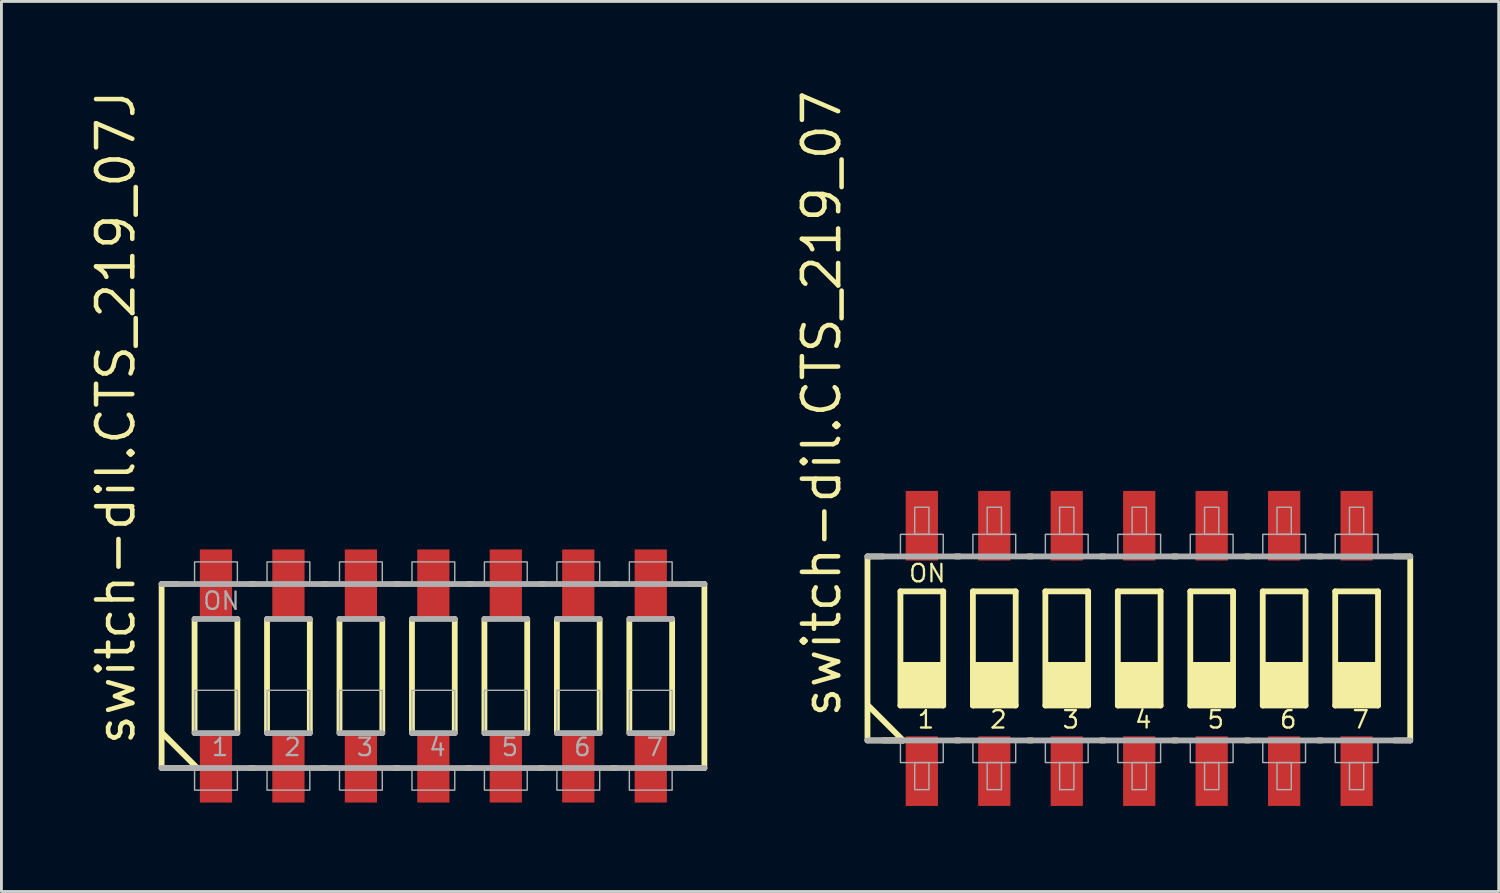
<source format=kicad_pcb>
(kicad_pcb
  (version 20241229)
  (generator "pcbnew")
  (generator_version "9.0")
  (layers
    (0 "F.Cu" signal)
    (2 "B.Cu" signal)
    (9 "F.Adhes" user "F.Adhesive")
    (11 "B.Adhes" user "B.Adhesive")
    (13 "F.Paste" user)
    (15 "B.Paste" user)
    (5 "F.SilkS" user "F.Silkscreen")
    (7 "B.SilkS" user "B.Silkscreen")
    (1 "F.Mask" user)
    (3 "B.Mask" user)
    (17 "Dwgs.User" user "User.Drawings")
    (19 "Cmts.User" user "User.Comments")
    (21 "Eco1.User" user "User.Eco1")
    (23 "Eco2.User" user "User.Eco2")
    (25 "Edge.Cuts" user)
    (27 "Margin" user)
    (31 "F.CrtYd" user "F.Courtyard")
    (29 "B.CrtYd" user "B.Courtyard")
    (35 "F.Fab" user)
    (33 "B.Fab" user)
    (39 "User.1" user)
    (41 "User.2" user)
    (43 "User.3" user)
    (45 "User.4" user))
  (footprint "switch-dil.CTS_219_07"
    (layer "F.Cu")
    (at 36.882 19.679)
    (property "Reference" "switch-dil.CTS_219_07" (at -10.39 2.5 90) (layer "F.SilkS") (effects (font (size 1.27 1.27) (thickness 0.16)) (justify left bottom)))
    (attr smd)
    (fp_line (start -9.525 -3.225) (end -8.97 -3.225) (stroke (width 0.203) (type default)) (layer "F.SilkS"))
    (fp_line (start -9.525 3.225) (end -9.525 -3.225) (stroke (width 0.203) (type default)) (layer "F.SilkS"))
    (fp_line (start -9.5 2) (end -8.275 3.225) (stroke (width 0.203) (type default)) (layer "F.SilkS"))
    (fp_line (start -8.97 3.225) (end -8.275 3.225) (stroke (width 0.203) (type default)) (layer "F.SilkS"))
    (fp_line (start -8.37 -2) (end -6.87 -2) (stroke (width 0.203) (type default)) (layer "F.SilkS"))
    (fp_line (start -8.37 2) (end -8.37 -2) (stroke (width 0.203) (type default)) (layer "F.SilkS"))
    (fp_line (start -8.275 3.225) (end -9.525 3.225) (stroke (width 0.203) (type default)) (layer "F.SilkS"))
    (fp_line (start -6.87 -2) (end -6.87 2) (stroke (width 0.203) (type default)) (layer "F.SilkS"))
    (fp_line (start -6.87 2) (end -8.37 2) (stroke (width 0.203) (type default)) (layer "F.SilkS"))
    (fp_line (start -6.43 3.225) (end -6.295 3.225) (stroke (width 0.203) (type default)) (layer "F.SilkS"))
    (fp_line (start -6.295 -3.225) (end -6.43 -3.225) (stroke (width 0.203) (type default)) (layer "F.SilkS"))
    (fp_line (start -5.83 -2) (end -4.33 -2) (stroke (width 0.203) (type default)) (layer "F.SilkS"))
    (fp_line (start -5.83 2) (end -5.83 -2) (stroke (width 0.203) (type default)) (layer "F.SilkS"))
    (fp_line (start -4.33 -2) (end -4.33 2) (stroke (width 0.203) (type default)) (layer "F.SilkS"))
    (fp_line (start -4.33 2) (end -5.83 2) (stroke (width 0.203) (type default)) (layer "F.SilkS"))
    (fp_line (start -3.89 3.225) (end -3.755 3.225) (stroke (width 0.203) (type default)) (layer "F.SilkS"))
    (fp_line (start -3.755 -3.225) (end -3.89 -3.225) (stroke (width 0.203) (type default)) (layer "F.SilkS"))
    (fp_line (start -3.29 -2) (end -1.79 -2) (stroke (width 0.203) (type default)) (layer "F.SilkS"))
    (fp_line (start -3.29 2) (end -3.29 -2) (stroke (width 0.203) (type default)) (layer "F.SilkS"))
    (fp_line (start -1.79 -2) (end -1.79 2) (stroke (width 0.203) (type default)) (layer "F.SilkS"))
    (fp_line (start -1.79 2) (end -3.29 2) (stroke (width 0.203) (type default)) (layer "F.SilkS"))
    (fp_line (start -1.35 3.225) (end -1.215 3.225) (stroke (width 0.203) (type default)) (layer "F.SilkS"))
    (fp_line (start -1.215 -3.225) (end -1.35 -3.225) (stroke (width 0.203) (type default)) (layer "F.SilkS"))
    (fp_line (start -0.75 -2) (end 0.75 -2) (stroke (width 0.203) (type default)) (layer "F.SilkS"))
    (fp_line (start -0.75 2) (end -0.75 -2) (stroke (width 0.203) (type default)) (layer "F.SilkS"))
    (fp_line (start 0.75 -2) (end 0.75 2) (stroke (width 0.203) (type default)) (layer "F.SilkS"))
    (fp_line (start 0.75 2) (end -0.75 2) (stroke (width 0.203) (type default)) (layer "F.SilkS"))
    (fp_line (start 1.19 3.225) (end 1.325 3.225) (stroke (width 0.203) (type default)) (layer "F.SilkS"))
    (fp_line (start 1.325 -3.225) (end 1.19 -3.225) (stroke (width 0.203) (type default)) (layer "F.SilkS"))
    (fp_line (start 1.79 -2) (end 3.29 -2) (stroke (width 0.203) (type default)) (layer "F.SilkS"))
    (fp_line (start 1.79 2) (end 1.79 -2) (stroke (width 0.203) (type default)) (layer "F.SilkS"))
    (fp_line (start 3.29 -2) (end 3.29 2) (stroke (width 0.203) (type default)) (layer "F.SilkS"))
    (fp_line (start 3.29 2) (end 1.79 2) (stroke (width 0.203) (type default)) (layer "F.SilkS"))
    (fp_line (start 3.73 3.225) (end 3.865 3.225) (stroke (width 0.203) (type default)) (layer "F.SilkS"))
    (fp_line (start 3.865 -3.225) (end 3.73 -3.225) (stroke (width 0.203) (type default)) (layer "F.SilkS"))
    (fp_line (start 4.33 -2) (end 5.83 -2) (stroke (width 0.203) (type default)) (layer "F.SilkS"))
    (fp_line (start 4.33 2) (end 4.33 -2) (stroke (width 0.203) (type default)) (layer "F.SilkS"))
    (fp_line (start 5.83 -2) (end 5.83 2) (stroke (width 0.203) (type default)) (layer "F.SilkS"))
    (fp_line (start 5.83 2) (end 4.33 2) (stroke (width 0.203) (type default)) (layer "F.SilkS"))
    (fp_line (start 6.27 3.225) (end 6.405 3.225) (stroke (width 0.203) (type default)) (layer "F.SilkS"))
    (fp_line (start 6.405 -3.225) (end 6.27 -3.225) (stroke (width 0.203) (type default)) (layer "F.SilkS"))
    (fp_line (start 6.87 -2) (end 8.37 -2) (stroke (width 0.203) (type default)) (layer "F.SilkS"))
    (fp_line (start 6.87 2) (end 6.87 -2) (stroke (width 0.203) (type default)) (layer "F.SilkS"))
    (fp_line (start 8.37 -2) (end 8.37 2) (stroke (width 0.203) (type default)) (layer "F.SilkS"))
    (fp_line (start 8.37 2) (end 6.87 2) (stroke (width 0.203) (type default)) (layer "F.SilkS"))
    (fp_line (start 8.945 -3.225) (end 9.5 -3.225) (stroke (width 0.203) (type default)) (layer "F.SilkS"))
    (fp_line (start 9.5 -3.225) (end 9.5 3.225) (stroke (width 0.203) (type default)) (layer "F.SilkS"))
    (fp_line (start 9.5 3.225) (end 8.945 3.225) (stroke (width 0.203) (type default)) (layer "F.SilkS"))
    (fp_rect (start -8.37 2) (end -6.87 0.5) (stroke (width 0.05) (type default)) (fill yes) (layer "F.SilkS"))
    (fp_rect (start -5.83 2) (end -4.33 0.5) (stroke (width 0.05) (type default)) (fill yes) (layer "F.SilkS"))
    (fp_rect (start -3.29 2) (end -1.79 0.5) (stroke (width 0.05) (type default)) (fill yes) (layer "F.SilkS"))
    (fp_rect (start -0.75 2) (end 0.75 0.5) (stroke (width 0.05) (type default)) (fill yes) (layer "F.SilkS"))
    (fp_rect (start 1.79 2) (end 3.29 0.5) (stroke (width 0.05) (type default)) (fill yes) (layer "F.SilkS"))
    (fp_rect (start 4.33 2) (end 5.83 0.5) (stroke (width 0.05) (type default)) (fill yes) (layer "F.SilkS"))
    (fp_rect (start 6.87 2) (end 8.37 0.5) (stroke (width 0.05) (type default)) (fill yes) (layer "F.SilkS"))
    (fp_line (start -9.525 -3.225) (end 9.5 -3.225) (stroke (width 0.203) (type default)) (layer "F.Fab"))
    (fp_line (start 9.5 3.225) (end -9.525 3.225) (stroke (width 0.203) (type default)) (layer "F.Fab"))
    (fp_rect (start -8.37 -3.25) (end -6.87 -4) (stroke (width 0.05) (type default)) (fill no) (layer "F.Fab"))
    (fp_rect (start -8.37 4) (end -6.87 3.25) (stroke (width 0.05) (type default)) (fill no) (layer "F.Fab"))
    (fp_rect (start -7.87 -4) (end -7.37 -4.95) (stroke (width 0.05) (type default)) (fill no) (layer "F.Fab"))
    (fp_rect (start -7.87 4.95) (end -7.37 4) (stroke (width 0.05) (type default)) (fill no) (layer "F.Fab"))
    (fp_rect (start -5.83 -3.25) (end -4.33 -4) (stroke (width 0.05) (type default)) (fill no) (layer "F.Fab"))
    (fp_rect (start -5.83 4) (end -4.33 3.25) (stroke (width 0.05) (type default)) (fill no) (layer "F.Fab"))
    (fp_rect (start -5.33 -4) (end -4.83 -4.95) (stroke (width 0.05) (type default)) (fill no) (layer "F.Fab"))
    (fp_rect (start -5.33 4.95) (end -4.83 4) (stroke (width 0.05) (type default)) (fill no) (layer "F.Fab"))
    (fp_rect (start -3.29 -3.25) (end -1.79 -4) (stroke (width 0.05) (type default)) (fill no) (layer "F.Fab"))
    (fp_rect (start -3.29 4) (end -1.79 3.25) (stroke (width 0.05) (type default)) (fill no) (layer "F.Fab"))
    (fp_rect (start -2.79 -4) (end -2.29 -4.95) (stroke (width 0.05) (type default)) (fill no) (layer "F.Fab"))
    (fp_rect (start -2.79 4.95) (end -2.29 4) (stroke (width 0.05) (type default)) (fill no) (layer "F.Fab"))
    (fp_rect (start -0.75 -3.25) (end 0.75 -4) (stroke (width 0.05) (type default)) (fill no) (layer "F.Fab"))
    (fp_rect (start -0.75 4) (end 0.75 3.25) (stroke (width 0.05) (type default)) (fill no) (layer "F.Fab"))
    (fp_rect (start -0.25 -4) (end 0.25 -4.95) (stroke (width 0.05) (type default)) (fill no) (layer "F.Fab"))
    (fp_rect (start -0.25 4.95) (end 0.25 4) (stroke (width 0.05) (type default)) (fill no) (layer "F.Fab"))
    (fp_rect (start 1.79 -3.25) (end 3.29 -4) (stroke (width 0.05) (type default)) (fill no) (layer "F.Fab"))
    (fp_rect (start 1.79 4) (end 3.29 3.25) (stroke (width 0.05) (type default)) (fill no) (layer "F.Fab"))
    (fp_rect (start 2.29 -4) (end 2.79 -4.95) (stroke (width 0.05) (type default)) (fill no) (layer "F.Fab"))
    (fp_rect (start 2.29 4.95) (end 2.79 4) (stroke (width 0.05) (type default)) (fill no) (layer "F.Fab"))
    (fp_rect (start 4.33 -3.25) (end 5.83 -4) (stroke (width 0.05) (type default)) (fill no) (layer "F.Fab"))
    (fp_rect (start 4.33 4) (end 5.83 3.25) (stroke (width 0.05) (type default)) (fill no) (layer "F.Fab"))
    (fp_rect (start 4.83 -4) (end 5.33 -4.95) (stroke (width 0.05) (type default)) (fill no) (layer "F.Fab"))
    (fp_rect (start 4.83 4.95) (end 5.33 4) (stroke (width 0.05) (type default)) (fill no) (layer "F.Fab"))
    (fp_rect (start 6.87 -3.25) (end 8.37 -4) (stroke (width 0.05) (type default)) (fill no) (layer "F.Fab"))
    (fp_rect (start 6.87 4) (end 8.37 3.25) (stroke (width 0.05) (type default)) (fill no) (layer "F.Fab"))
    (fp_rect (start 7.37 -4) (end 7.87 -4.95) (stroke (width 0.05) (type default)) (fill no) (layer "F.Fab"))
    (fp_rect (start 7.37 4.95) (end 7.87 4) (stroke (width 0.05) (type default)) (fill no) (layer "F.Fab"))
    (fp_text user "4" (at -0.2 2.85 0) (layer "F.SilkS") (effects (font (size 0.61 0.61) (thickness 0.08)) (justify left bottom)))
    (fp_text user "7" (at 7.42 2.85 0) (layer "F.SilkS") (effects (font (size 0.61 0.61) (thickness 0.08)) (justify left bottom)))
    (fp_text user "ON" (at -8.12 -2.275 0) (layer "F.SilkS") (effects (font (size 0.61 0.61) (thickness 0.08)) (justify left bottom)))
    (fp_text user "1" (at -7.82 2.85 0) (layer "F.SilkS") (effects (font (size 0.61 0.61) (thickness 0.08)) (justify left bottom)))
    (fp_text user "2" (at -5.28 2.85 0) (layer "F.SilkS") (effects (font (size 0.61 0.61) (thickness 0.08)) (justify left bottom)))
    (fp_text user "3" (at -2.74 2.85 0) (layer "F.SilkS") (effects (font (size 0.61 0.61) (thickness 0.08)) (justify left bottom)))
    (fp_text user "6" (at 4.88 2.85 0) (layer "F.SilkS") (effects (font (size 0.61 0.61) (thickness 0.08)) (justify left bottom)))
    (fp_text user "5" (at 2.34 2.85 0) (layer "F.SilkS") (effects (font (size 0.61 0.61) (thickness 0.08)) (justify left bottom)))
    (pad "1" smd roundrect (at -7.62 4.3) (size 1.13 2.44) (layers "F.Cu" "F.Mask" "F.Paste") (roundrect_rratio 0.01))
    (pad "2" smd roundrect (at -5.08 4.3) (size 1.13 2.44) (layers "F.Cu" "F.Mask" "F.Paste") (roundrect_rratio 0.01))
    (pad "3" smd roundrect (at -2.54 4.3) (size 1.13 2.44) (layers "F.Cu" "F.Mask" "F.Paste") (roundrect_rratio 0.01))
    (pad "4" smd roundrect (at 0 4.3) (size 1.13 2.44) (layers "F.Cu" "F.Mask" "F.Paste") (roundrect_rratio 0.01))
    (pad "5" smd roundrect (at 2.54 4.3) (size 1.13 2.44) (layers "F.Cu" "F.Mask" "F.Paste") (roundrect_rratio 0.01))
    (pad "6" smd roundrect (at 5.08 4.3) (size 1.13 2.44) (layers "F.Cu" "F.Mask" "F.Paste") (roundrect_rratio 0.01))
    (pad "7" smd roundrect (at 7.62 4.3) (size 1.13 2.44) (layers "F.Cu" "F.Mask" "F.Paste") (roundrect_rratio 0.01))
    (pad "8" smd roundrect (at 7.62 -4.3 180) (size 1.13 2.44) (layers "F.Cu" "F.Mask" "F.Paste") (roundrect_rratio 0.01))
    (pad "9" smd roundrect (at 5.08 -4.3 180) (size 1.13 2.44) (layers "F.Cu" "F.Mask" "F.Paste") (roundrect_rratio 0.01))
    (pad "10" smd roundrect (at 2.54 -4.3 180) (size 1.13 2.44) (layers "F.Cu" "F.Mask" "F.Paste") (roundrect_rratio 0.01))
    (pad "11" smd roundrect (at 0 -4.3 180) (size 1.13 2.44) (layers "F.Cu" "F.Mask" "F.Paste") (roundrect_rratio 0.01))
    (pad "12" smd roundrect (at -2.54 -4.3 180) (size 1.13 2.44) (layers "F.Cu" "F.Mask" "F.Paste") (roundrect_rratio 0.01))
    (pad "13" smd roundrect (at -5.08 -4.3 180) (size 1.13 2.44) (layers "F.Cu" "F.Mask" "F.Paste") (roundrect_rratio 0.01))
    (pad "14" smd roundrect (at -7.62 -4.3 180) (size 1.13 2.44) (layers "F.Cu" "F.Mask" "F.Paste") (roundrect_rratio 0.01)))
  (footprint "switch-dil.CTS_219_07J"
    (layer "F.Cu")
    (at 12.14 20.646)
    (property "Reference" "switch-dil.CTS_219_07J" (at -10.39 2.5 90) (layer "F.SilkS") (effects (font (size 1.27 1.27) (thickness 0.16)) (justify left bottom)))
    (attr smd)
    (fp_line (start -9.525 -3.225) (end -8.97 -3.225) (stroke (width 0.203) (type default)) (layer "F.SilkS"))
    (fp_line (start -9.525 3.225) (end -9.525 -3.225) (stroke (width 0.203) (type default)) (layer "F.SilkS"))
    (fp_line (start -9.5 2) (end -8.275 3.225) (stroke (width 0.203) (type default)) (layer "F.SilkS"))
    (fp_line (start -8.97 3.225) (end -8.275 3.225) (stroke (width 0.203) (type default)) (layer "F.SilkS"))
    (fp_line (start -8.37 2) (end -8.37 -2) (stroke (width 0.203) (type default)) (layer "F.SilkS"))
    (fp_line (start -8.275 3.225) (end -9.525 3.225) (stroke (width 0.203) (type default)) (layer "F.SilkS"))
    (fp_line (start -6.87 -2) (end -6.87 2) (stroke (width 0.203) (type default)) (layer "F.SilkS"))
    (fp_line (start -6.43 3.225) (end -6.295 3.225) (stroke (width 0.203) (type default)) (layer "F.SilkS"))
    (fp_line (start -6.27 -3.225) (end -6.405 -3.225) (stroke (width 0.203) (type default)) (layer "F.SilkS"))
    (fp_line (start -5.83 2) (end -5.83 -2) (stroke (width 0.203) (type default)) (layer "F.SilkS"))
    (fp_line (start -4.33 -2) (end -4.33 2) (stroke (width 0.203) (type default)) (layer "F.SilkS"))
    (fp_line (start -3.89 3.225) (end -3.755 3.225) (stroke (width 0.203) (type default)) (layer "F.SilkS"))
    (fp_line (start -3.73 -3.225) (end -3.865 -3.225) (stroke (width 0.203) (type default)) (layer "F.SilkS"))
    (fp_line (start -3.29 2) (end -3.29 -2) (stroke (width 0.203) (type default)) (layer "F.SilkS"))
    (fp_line (start -1.79 -2) (end -1.79 2) (stroke (width 0.203) (type default)) (layer "F.SilkS"))
    (fp_line (start -1.35 3.225) (end -1.215 3.225) (stroke (width 0.203) (type default)) (layer "F.SilkS"))
    (fp_line (start -1.19 -3.225) (end -1.325 -3.225) (stroke (width 0.203) (type default)) (layer "F.SilkS"))
    (fp_line (start -0.75 2) (end -0.75 -2) (stroke (width 0.203) (type default)) (layer "F.SilkS"))
    (fp_line (start 0.75 -2) (end 0.75 2) (stroke (width 0.203) (type default)) (layer "F.SilkS"))
    (fp_line (start 1.19 3.225) (end 1.325 3.225) (stroke (width 0.203) (type default)) (layer "F.SilkS"))
    (fp_line (start 1.35 -3.225) (end 1.215 -3.225) (stroke (width 0.203) (type default)) (layer "F.SilkS"))
    (fp_line (start 1.79 2) (end 1.79 -2) (stroke (width 0.203) (type default)) (layer "F.SilkS"))
    (fp_line (start 3.29 -2) (end 3.29 2) (stroke (width 0.203) (type default)) (layer "F.SilkS"))
    (fp_line (start 3.73 3.225) (end 3.865 3.225) (stroke (width 0.203) (type default)) (layer "F.SilkS"))
    (fp_line (start 3.89 -3.225) (end 3.755 -3.225) (stroke (width 0.203) (type default)) (layer "F.SilkS"))
    (fp_line (start 4.33 2) (end 4.33 -2) (stroke (width 0.203) (type default)) (layer "F.SilkS"))
    (fp_line (start 5.83 -2) (end 5.83 2) (stroke (width 0.203) (type default)) (layer "F.SilkS"))
    (fp_line (start 6.27 3.225) (end 6.405 3.225) (stroke (width 0.203) (type default)) (layer "F.SilkS"))
    (fp_line (start 6.43 -3.225) (end 6.295 -3.225) (stroke (width 0.203) (type default)) (layer "F.SilkS"))
    (fp_line (start 6.87 2) (end 6.87 -2) (stroke (width 0.203) (type default)) (layer "F.SilkS"))
    (fp_line (start 8.37 -2) (end 8.37 2) (stroke (width 0.203) (type default)) (layer "F.SilkS"))
    (fp_line (start 8.945 -3.225) (end 9.5 -3.225) (stroke (width 0.203) (type default)) (layer "F.SilkS"))
    (fp_line (start 9.5 -3.225) (end 9.5 3.225) (stroke (width 0.203) (type default)) (layer "F.SilkS"))
    (fp_line (start 9.5 3.225) (end 8.945 3.225) (stroke (width 0.203) (type default)) (layer "F.SilkS"))
    (fp_line (start -9.525 -3.225) (end 9.5 -3.225) (stroke (width 0.203) (type default)) (layer "F.Fab"))
    (fp_line (start -8.37 -2) (end -6.87 -2) (stroke (width 0.203) (type default)) (layer "F.Fab"))
    (fp_line (start -6.87 2) (end -8.37 2) (stroke (width 0.203) (type default)) (layer "F.Fab"))
    (fp_line (start -5.83 -2) (end -4.33 -2) (stroke (width 0.203) (type default)) (layer "F.Fab"))
    (fp_line (start -4.33 2) (end -5.83 2) (stroke (width 0.203) (type default)) (layer "F.Fab"))
    (fp_line (start -3.29 -2) (end -1.79 -2) (stroke (width 0.203) (type default)) (layer "F.Fab"))
    (fp_line (start -1.79 2) (end -3.29 2) (stroke (width 0.203) (type default)) (layer "F.Fab"))
    (fp_line (start -0.75 -2) (end 0.75 -2) (stroke (width 0.203) (type default)) (layer "F.Fab"))
    (fp_line (start 0.75 2) (end -0.75 2) (stroke (width 0.203) (type default)) (layer "F.Fab"))
    (fp_line (start 1.79 -2) (end 3.29 -2) (stroke (width 0.203) (type default)) (layer "F.Fab"))
    (fp_line (start 3.29 2) (end 1.79 2) (stroke (width 0.203) (type default)) (layer "F.Fab"))
    (fp_line (start 4.33 -2) (end 5.83 -2) (stroke (width 0.203) (type default)) (layer "F.Fab"))
    (fp_line (start 5.83 2) (end 4.33 2) (stroke (width 0.203) (type default)) (layer "F.Fab"))
    (fp_line (start 6.87 -2) (end 8.37 -2) (stroke (width 0.203) (type default)) (layer "F.Fab"))
    (fp_line (start 8.37 2) (end 6.87 2) (stroke (width 0.203) (type default)) (layer "F.Fab"))
    (fp_line (start 9.5 3.225) (end -9.525 3.225) (stroke (width 0.203) (type default)) (layer "F.Fab"))
    (fp_rect (start -8.37 -3.25) (end -6.87 -4) (stroke (width 0.05) (type default)) (fill no) (layer "F.Fab"))
    (fp_rect (start -8.37 2) (end -6.87 0.5) (stroke (width 0.05) (type default)) (fill no) (layer "F.Fab"))
    (fp_rect (start -8.37 4) (end -6.87 3.25) (stroke (width 0.05) (type default)) (fill no) (layer "F.Fab"))
    (fp_rect (start -5.83 -3.25) (end -4.33 -4) (stroke (width 0.05) (type default)) (fill no) (layer "F.Fab"))
    (fp_rect (start -5.83 2) (end -4.33 0.5) (stroke (width 0.05) (type default)) (fill no) (layer "F.Fab"))
    (fp_rect (start -5.83 4) (end -4.33 3.25) (stroke (width 0.05) (type default)) (fill no) (layer "F.Fab"))
    (fp_rect (start -3.29 -3.25) (end -1.79 -4) (stroke (width 0.05) (type default)) (fill no) (layer "F.Fab"))
    (fp_rect (start -3.29 2) (end -1.79 0.5) (stroke (width 0.05) (type default)) (fill no) (layer "F.Fab"))
    (fp_rect (start -3.29 4) (end -1.79 3.25) (stroke (width 0.05) (type default)) (fill no) (layer "F.Fab"))
    (fp_rect (start -0.75 -3.25) (end 0.75 -4) (stroke (width 0.05) (type default)) (fill no) (layer "F.Fab"))
    (fp_rect (start -0.75 2) (end 0.75 0.5) (stroke (width 0.05) (type default)) (fill no) (layer "F.Fab"))
    (fp_rect (start -0.75 4) (end 0.75 3.25) (stroke (width 0.05) (type default)) (fill no) (layer "F.Fab"))
    (fp_rect (start 1.79 -3.25) (end 3.29 -4) (stroke (width 0.05) (type default)) (fill no) (layer "F.Fab"))
    (fp_rect (start 1.79 2) (end 3.29 0.5) (stroke (width 0.05) (type default)) (fill no) (layer "F.Fab"))
    (fp_rect (start 1.79 4) (end 3.29 3.25) (stroke (width 0.05) (type default)) (fill no) (layer "F.Fab"))
    (fp_rect (start 4.33 -3.25) (end 5.83 -4) (stroke (width 0.05) (type default)) (fill no) (layer "F.Fab"))
    (fp_rect (start 4.33 2) (end 5.83 0.5) (stroke (width 0.05) (type default)) (fill no) (layer "F.Fab"))
    (fp_rect (start 4.33 4) (end 5.83 3.25) (stroke (width 0.05) (type default)) (fill no) (layer "F.Fab"))
    (fp_rect (start 6.87 -3.25) (end 8.37 -4) (stroke (width 0.05) (type default)) (fill no) (layer "F.Fab"))
    (fp_rect (start 6.87 2) (end 8.37 0.5) (stroke (width 0.05) (type default)) (fill no) (layer "F.Fab"))
    (fp_rect (start 6.87 4) (end 8.37 3.25) (stroke (width 0.05) (type default)) (fill no) (layer "F.Fab"))
    (fp_text user "5" (at 2.34 2.85 0) (layer "F.Fab") (effects (font (size 0.61 0.61) (thickness 0.08)) (justify left bottom)))
    (fp_text user "7" (at 7.42 2.85 0) (layer "F.Fab") (effects (font (size 0.61 0.61) (thickness 0.08)) (justify left bottom)))
    (fp_text user "4" (at -0.2 2.85 0) (layer "F.Fab") (effects (font (size 0.61 0.61) (thickness 0.08)) (justify left bottom)))
    (fp_text user "ON" (at -8.12 -2.275 0) (layer "F.Fab") (effects (font (size 0.61 0.61) (thickness 0.08)) (justify left bottom)))
    (fp_text user "3" (at -2.74 2.85 0) (layer "F.Fab") (effects (font (size 0.61 0.61) (thickness 0.08)) (justify left bottom)))
    (fp_text user "2" (at -5.28 2.85 0) (layer "F.Fab") (effects (font (size 0.61 0.61) (thickness 0.08)) (justify left bottom)))
    (fp_text user "1" (at -7.82 2.85 0) (layer "F.Fab") (effects (font (size 0.61 0.61) (thickness 0.08)) (justify left bottom)))
    (fp_text user "6" (at 4.88 2.85 0) (layer "F.Fab") (effects (font (size 0.61 0.61) (thickness 0.08)) (justify left bottom)))
    (pad "1" smd roundrect (at -7.62 3.215) (size 1.13 2.44) (layers "F.Cu" "F.Mask" "F.Paste") (roundrect_rratio 0.01))
    (pad "2" smd roundrect (at -5.08 3.215) (size 1.13 2.44) (layers "F.Cu" "F.Mask" "F.Paste") (roundrect_rratio 0.01))
    (pad "3" smd roundrect (at -2.54 3.215) (size 1.13 2.44) (layers "F.Cu" "F.Mask" "F.Paste") (roundrect_rratio 0.01))
    (pad "4" smd roundrect (at 0 3.215) (size 1.13 2.44) (layers "F.Cu" "F.Mask" "F.Paste") (roundrect_rratio 0.01))
    (pad "5" smd roundrect (at 2.54 3.215) (size 1.13 2.44) (layers "F.Cu" "F.Mask" "F.Paste") (roundrect_rratio 0.01))
    (pad "6" smd roundrect (at 5.08 3.215) (size 1.13 2.44) (layers "F.Cu" "F.Mask" "F.Paste") (roundrect_rratio 0.01))
    (pad "7" smd roundrect (at 7.62 3.215) (size 1.13 2.44) (layers "F.Cu" "F.Mask" "F.Paste") (roundrect_rratio 0.01))
    (pad "8" smd roundrect (at 7.62 -3.215 180) (size 1.13 2.44) (layers "F.Cu" "F.Mask" "F.Paste") (roundrect_rratio 0.01))
    (pad "9" smd roundrect (at 5.08 -3.215 180) (size 1.13 2.44) (layers "F.Cu" "F.Mask" "F.Paste") (roundrect_rratio 0.01))
    (pad "10" smd roundrect (at 2.54 -3.215 180) (size 1.13 2.44) (layers "F.Cu" "F.Mask" "F.Paste") (roundrect_rratio 0.01))
    (pad "11" smd roundrect (at 0 -3.215 180) (size 1.13 2.44) (layers "F.Cu" "F.Mask" "F.Paste") (roundrect_rratio 0.01))
    (pad "12" smd roundrect (at -2.54 -3.215 180) (size 1.13 2.44) (layers "F.Cu" "F.Mask" "F.Paste") (roundrect_rratio 0.01))
    (pad "13" smd roundrect (at -5.08 -3.215 180) (size 1.13 2.44) (layers "F.Cu" "F.Mask" "F.Paste") (roundrect_rratio 0.01))
    (pad "14" smd roundrect (at -7.62 -3.215 180) (size 1.13 2.44) (layers "F.Cu" "F.Mask" "F.Paste") (roundrect_rratio 0.01)))
  (gr_rect
    (start -3 -3)
    (end 49.483 28.199)
    (stroke (width 0.1) (type default))
    (fill no)
    (layer "Edge.Cuts")))
</source>
